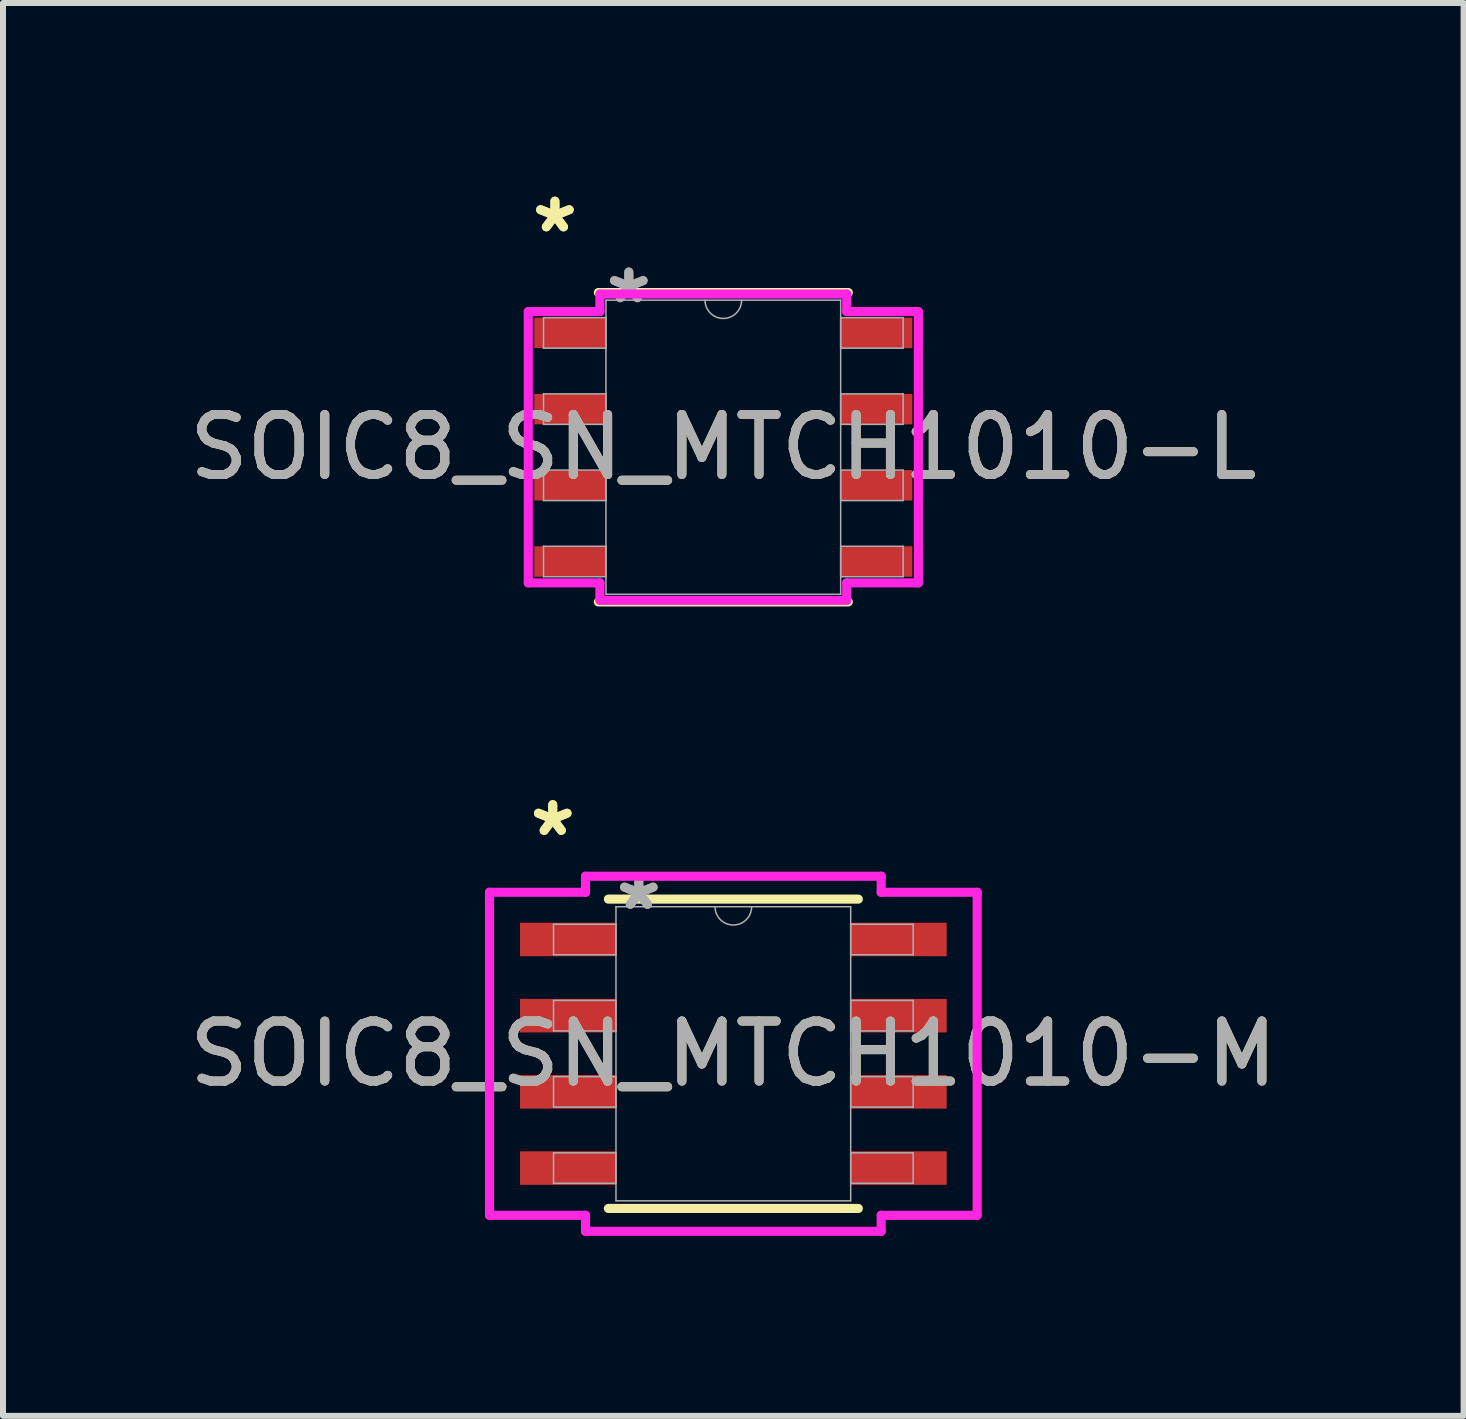
<source format=kicad_pcb>
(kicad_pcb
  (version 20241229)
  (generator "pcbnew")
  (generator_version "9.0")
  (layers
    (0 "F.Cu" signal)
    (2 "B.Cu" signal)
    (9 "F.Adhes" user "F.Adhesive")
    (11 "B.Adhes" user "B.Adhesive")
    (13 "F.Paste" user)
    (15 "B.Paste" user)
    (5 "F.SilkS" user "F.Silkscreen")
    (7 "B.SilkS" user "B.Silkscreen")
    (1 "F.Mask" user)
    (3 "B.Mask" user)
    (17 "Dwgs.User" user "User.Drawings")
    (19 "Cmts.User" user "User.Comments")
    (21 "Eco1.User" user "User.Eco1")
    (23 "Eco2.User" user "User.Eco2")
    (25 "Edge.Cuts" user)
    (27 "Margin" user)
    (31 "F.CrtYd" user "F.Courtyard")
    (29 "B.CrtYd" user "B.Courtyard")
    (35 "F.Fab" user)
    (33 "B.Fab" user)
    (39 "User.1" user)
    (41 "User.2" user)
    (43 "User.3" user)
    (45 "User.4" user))
  (footprint "SOIC8_SN_MTCH1010-L"
    (layer "F.Cu")
    (at 9.006 4.404)
    (property "Reference" "SOIC8_SN_MTCH1010-L" (at 0 0 0) (unlocked yes) (layer "F.SilkS") (effects (font (size 1 1) (thickness 0.15))))
    (attr smd)
    (fp_line (start -2.083 2.578) (end 2.083 2.578) (stroke (width 0.152) (type solid)) (layer "F.SilkS"))
    (fp_line (start 2.083 -2.578) (end -2.083 -2.578) (stroke (width 0.152) (type solid)) (layer "F.SilkS"))
    (fp_line (start -3.251 -2.261) (end -2.057 -2.261) (stroke (width 0.152) (type solid)) (layer "F.CrtYd"))
    (fp_line (start -3.251 2.261) (end -3.251 -2.261) (stroke (width 0.152) (type solid)) (layer "F.CrtYd"))
    (fp_line (start -3.251 2.261) (end -2.057 2.261) (stroke (width 0.152) (type solid)) (layer "F.CrtYd"))
    (fp_line (start -2.057 -2.553) (end 2.057 -2.553) (stroke (width 0.152) (type solid)) (layer "F.CrtYd"))
    (fp_line (start -2.057 -2.261) (end -2.057 -2.553) (stroke (width 0.152) (type solid)) (layer "F.CrtYd"))
    (fp_line (start -2.057 2.553) (end -2.057 2.261) (stroke (width 0.152) (type solid)) (layer "F.CrtYd"))
    (fp_line (start 2.057 -2.553) (end 2.057 -2.261) (stroke (width 0.152) (type solid)) (layer "F.CrtYd"))
    (fp_line (start 2.057 2.261) (end 2.057 2.553) (stroke (width 0.152) (type solid)) (layer "F.CrtYd"))
    (fp_line (start 2.057 2.553) (end -2.057 2.553) (stroke (width 0.152) (type solid)) (layer "F.CrtYd"))
    (fp_line (start 3.251 -2.261) (end 2.057 -2.261) (stroke (width 0.152) (type solid)) (layer "F.CrtYd"))
    (fp_line (start 3.251 -2.261) (end 3.251 2.261) (stroke (width 0.152) (type solid)) (layer "F.CrtYd"))
    (fp_line (start 3.251 2.261) (end 2.057 2.261) (stroke (width 0.152) (type solid)) (layer "F.CrtYd"))
    (fp_line (start -2.997 -2.159) (end -2.997 -1.651) (stroke (width 0.025) (type solid)) (layer "F.Fab"))
    (fp_line (start -2.997 -1.651) (end -1.956 -1.651) (stroke (width 0.025) (type solid)) (layer "F.Fab"))
    (fp_line (start -2.997 -0.889) (end -2.997 -0.381) (stroke (width 0.025) (type solid)) (layer "F.Fab"))
    (fp_line (start -2.997 -0.381) (end -1.956 -0.381) (stroke (width 0.025) (type solid)) (layer "F.Fab"))
    (fp_line (start -2.997 0.381) (end -2.997 0.889) (stroke (width 0.025) (type solid)) (layer "F.Fab"))
    (fp_line (start -2.997 0.889) (end -1.956 0.889) (stroke (width 0.025) (type solid)) (layer "F.Fab"))
    (fp_line (start -2.997 1.651) (end -2.997 2.159) (stroke (width 0.025) (type solid)) (layer "F.Fab"))
    (fp_line (start -2.997 2.159) (end -1.956 2.159) (stroke (width 0.025) (type solid)) (layer "F.Fab"))
    (fp_line (start -1.956 -2.451) (end -1.956 2.451) (stroke (width 0.025) (type solid)) (layer "F.Fab"))
    (fp_line (start -1.956 -2.159) (end -2.997 -2.159) (stroke (width 0.025) (type solid)) (layer "F.Fab"))
    (fp_line (start -1.956 -1.651) (end -1.956 -2.159) (stroke (width 0.025) (type solid)) (layer "F.Fab"))
    (fp_line (start -1.956 -0.889) (end -2.997 -0.889) (stroke (width 0.025) (type solid)) (layer "F.Fab"))
    (fp_line (start -1.956 -0.381) (end -1.956 -0.889) (stroke (width 0.025) (type solid)) (layer "F.Fab"))
    (fp_line (start -1.956 0.381) (end -2.997 0.381) (stroke (width 0.025) (type solid)) (layer "F.Fab"))
    (fp_line (start -1.956 0.889) (end -1.956 0.381) (stroke (width 0.025) (type solid)) (layer "F.Fab"))
    (fp_line (start -1.956 1.651) (end -2.997 1.651) (stroke (width 0.025) (type solid)) (layer "F.Fab"))
    (fp_line (start -1.956 2.159) (end -1.956 1.651) (stroke (width 0.025) (type solid)) (layer "F.Fab"))
    (fp_line (start -1.956 2.451) (end 1.956 2.451) (stroke (width 0.025) (type solid)) (layer "F.Fab"))
    (fp_line (start 1.956 -2.451) (end -1.956 -2.451) (stroke (width 0.025) (type solid)) (layer "F.Fab"))
    (fp_line (start 1.956 -2.159) (end 1.956 -1.651) (stroke (width 0.025) (type solid)) (layer "F.Fab"))
    (fp_line (start 1.956 -1.651) (end 2.997 -1.651) (stroke (width 0.025) (type solid)) (layer "F.Fab"))
    (fp_line (start 1.956 -0.889) (end 1.956 -0.381) (stroke (width 0.025) (type solid)) (layer "F.Fab"))
    (fp_line (start 1.956 -0.381) (end 2.997 -0.381) (stroke (width 0.025) (type solid)) (layer "F.Fab"))
    (fp_line (start 1.956 0.381) (end 1.956 0.889) (stroke (width 0.025) (type solid)) (layer "F.Fab"))
    (fp_line (start 1.956 0.889) (end 2.997 0.889) (stroke (width 0.025) (type solid)) (layer "F.Fab"))
    (fp_line (start 1.956 1.651) (end 1.956 2.159) (stroke (width 0.025) (type solid)) (layer "F.Fab"))
    (fp_line (start 1.956 2.159) (end 2.997 2.159) (stroke (width 0.025) (type solid)) (layer "F.Fab"))
    (fp_line (start 1.956 2.451) (end 1.956 -2.451) (stroke (width 0.025) (type solid)) (layer "F.Fab"))
    (fp_line (start 2.997 -2.159) (end 1.956 -2.159) (stroke (width 0.025) (type solid)) (layer "F.Fab"))
    (fp_line (start 2.997 -1.651) (end 2.997 -2.159) (stroke (width 0.025) (type solid)) (layer "F.Fab"))
    (fp_line (start 2.997 -0.889) (end 1.956 -0.889) (stroke (width 0.025) (type solid)) (layer "F.Fab"))
    (fp_line (start 2.997 -0.381) (end 2.997 -0.889) (stroke (width 0.025) (type solid)) (layer "F.Fab"))
    (fp_line (start 2.997 0.381) (end 1.956 0.381) (stroke (width 0.025) (type solid)) (layer "F.Fab"))
    (fp_line (start 2.997 0.889) (end 2.997 0.381) (stroke (width 0.025) (type solid)) (layer "F.Fab"))
    (fp_line (start 2.997 1.651) (end 1.956 1.651) (stroke (width 0.025) (type solid)) (layer "F.Fab"))
    (fp_line (start 2.997 2.159) (end 2.997 1.651) (stroke (width 0.025) (type solid)) (layer "F.Fab"))
    (fp_arc (start 0.3048 -2.4511) (mid 0 -2.1463) (end -0.3048 -2.4511) (stroke (width 0.0254) (type solid)) (layer "F.Fab"))
    (fp_text user "*" (at -2.807 -3.556 0) (unlocked yes) (layer "F.SilkS") (effects (font (size 1 1) (thickness 0.15))))
    (fp_text user "*" (at -2.807 -3.556 0) (layer "F.SilkS") (effects (font (size 1 1) (thickness 0.15))))
    (fp_text user "*" (at -1.575 -2.375 0) (unlocked yes) (layer "F.Fab") (effects (font (size 1 1) (thickness 0.15))))
    (fp_text user "*" (at -1.575 -2.375 0) (layer "F.Fab") (effects (font (size 1 1) (thickness 0.15))))
    (fp_text user "${REFERENCE}" (at 0 0 0) (unlocked yes) (layer "F.Fab") (effects (font (size 1 1) (thickness 0.15))))
    (pad "1" smd rect (at -2.553 -1.905) (size 1.194 0.508) (layers "F.Cu" "F.Mask" "F.Paste"))
    (pad "2" smd rect (at -2.553 -0.635) (size 1.194 0.508) (layers "F.Cu" "F.Mask" "F.Paste"))
    (pad "3" smd rect (at -2.553 0.635) (size 1.194 0.508) (layers "F.Cu" "F.Mask" "F.Paste"))
    (pad "4" smd rect (at -2.553 1.905) (size 1.194 0.508) (layers "F.Cu" "F.Mask" "F.Paste"))
    (pad "5" smd rect (at 2.553 1.905) (size 1.194 0.508) (layers "F.Cu" "F.Mask" "F.Paste"))
    (pad "6" smd rect (at 2.553 0.635) (size 1.194 0.508) (layers "F.Cu" "F.Mask" "F.Paste"))
    (pad "7" smd rect (at 2.553 -0.635) (size 1.194 0.508) (layers "F.Cu" "F.Mask" "F.Paste"))
    (pad "8" smd rect (at 2.553 -1.905) (size 1.194 0.508) (layers "F.Cu" "F.Mask" "F.Paste")))
  (footprint "SOIC8_SN_MTCH1010-M"
    (layer "F.Cu")
    (at 9.173 14.514)
    (property "Reference" "SOIC8_SN_MTCH1010-M" (at 0 0 0) (unlocked yes) (layer "F.SilkS") (effects (font (size 1 1) (thickness 0.15))))
    (attr smd)
    (fp_line (start -2.083 2.578) (end 2.083 2.578) (stroke (width 0.152) (type solid)) (layer "F.SilkS"))
    (fp_line (start 2.083 -2.578) (end -2.083 -2.578) (stroke (width 0.152) (type solid)) (layer "F.SilkS"))
    (fp_line (start -4.064 -2.692) (end -2.464 -2.692) (stroke (width 0.152) (type solid)) (layer "F.CrtYd"))
    (fp_line (start -4.064 2.692) (end -4.064 -2.692) (stroke (width 0.152) (type solid)) (layer "F.CrtYd"))
    (fp_line (start -4.064 2.692) (end -2.464 2.692) (stroke (width 0.152) (type solid)) (layer "F.CrtYd"))
    (fp_line (start -2.464 -2.959) (end 2.464 -2.959) (stroke (width 0.152) (type solid)) (layer "F.CrtYd"))
    (fp_line (start -2.464 -2.692) (end -2.464 -2.959) (stroke (width 0.152) (type solid)) (layer "F.CrtYd"))
    (fp_line (start -2.464 2.959) (end -2.464 2.692) (stroke (width 0.152) (type solid)) (layer "F.CrtYd"))
    (fp_line (start 2.464 -2.959) (end 2.464 -2.692) (stroke (width 0.152) (type solid)) (layer "F.CrtYd"))
    (fp_line (start 2.464 2.692) (end 2.464 2.959) (stroke (width 0.152) (type solid)) (layer "F.CrtYd"))
    (fp_line (start 2.464 2.959) (end -2.464 2.959) (stroke (width 0.152) (type solid)) (layer "F.CrtYd"))
    (fp_line (start 4.064 -2.692) (end 2.464 -2.692) (stroke (width 0.152) (type solid)) (layer "F.CrtYd"))
    (fp_line (start 4.064 -2.692) (end 4.064 2.692) (stroke (width 0.152) (type solid)) (layer "F.CrtYd"))
    (fp_line (start 4.064 2.692) (end 2.464 2.692) (stroke (width 0.152) (type solid)) (layer "F.CrtYd"))
    (fp_line (start -2.997 -2.159) (end -2.997 -1.651) (stroke (width 0.025) (type solid)) (layer "F.Fab"))
    (fp_line (start -2.997 -1.651) (end -1.956 -1.651) (stroke (width 0.025) (type solid)) (layer "F.Fab"))
    (fp_line (start -2.997 -0.889) (end -2.997 -0.381) (stroke (width 0.025) (type solid)) (layer "F.Fab"))
    (fp_line (start -2.997 -0.381) (end -1.956 -0.381) (stroke (width 0.025) (type solid)) (layer "F.Fab"))
    (fp_line (start -2.997 0.381) (end -2.997 0.889) (stroke (width 0.025) (type solid)) (layer "F.Fab"))
    (fp_line (start -2.997 0.889) (end -1.956 0.889) (stroke (width 0.025) (type solid)) (layer "F.Fab"))
    (fp_line (start -2.997 1.651) (end -2.997 2.159) (stroke (width 0.025) (type solid)) (layer "F.Fab"))
    (fp_line (start -2.997 2.159) (end -1.956 2.159) (stroke (width 0.025) (type solid)) (layer "F.Fab"))
    (fp_line (start -1.956 -2.451) (end -1.956 2.451) (stroke (width 0.025) (type solid)) (layer "F.Fab"))
    (fp_line (start -1.956 -2.159) (end -2.997 -2.159) (stroke (width 0.025) (type solid)) (layer "F.Fab"))
    (fp_line (start -1.956 -1.651) (end -1.956 -2.159) (stroke (width 0.025) (type solid)) (layer "F.Fab"))
    (fp_line (start -1.956 -0.889) (end -2.997 -0.889) (stroke (width 0.025) (type solid)) (layer "F.Fab"))
    (fp_line (start -1.956 -0.381) (end -1.956 -0.889) (stroke (width 0.025) (type solid)) (layer "F.Fab"))
    (fp_line (start -1.956 0.381) (end -2.997 0.381) (stroke (width 0.025) (type solid)) (layer "F.Fab"))
    (fp_line (start -1.956 0.889) (end -1.956 0.381) (stroke (width 0.025) (type solid)) (layer "F.Fab"))
    (fp_line (start -1.956 1.651) (end -2.997 1.651) (stroke (width 0.025) (type solid)) (layer "F.Fab"))
    (fp_line (start -1.956 2.159) (end -1.956 1.651) (stroke (width 0.025) (type solid)) (layer "F.Fab"))
    (fp_line (start -1.956 2.451) (end 1.956 2.451) (stroke (width 0.025) (type solid)) (layer "F.Fab"))
    (fp_line (start 1.956 -2.451) (end -1.956 -2.451) (stroke (width 0.025) (type solid)) (layer "F.Fab"))
    (fp_line (start 1.956 -2.159) (end 1.956 -1.651) (stroke (width 0.025) (type solid)) (layer "F.Fab"))
    (fp_line (start 1.956 -1.651) (end 2.997 -1.651) (stroke (width 0.025) (type solid)) (layer "F.Fab"))
    (fp_line (start 1.956 -0.889) (end 1.956 -0.381) (stroke (width 0.025) (type solid)) (layer "F.Fab"))
    (fp_line (start 1.956 -0.381) (end 2.997 -0.381) (stroke (width 0.025) (type solid)) (layer "F.Fab"))
    (fp_line (start 1.956 0.381) (end 1.956 0.889) (stroke (width 0.025) (type solid)) (layer "F.Fab"))
    (fp_line (start 1.956 0.889) (end 2.997 0.889) (stroke (width 0.025) (type solid)) (layer "F.Fab"))
    (fp_line (start 1.956 1.651) (end 1.956 2.159) (stroke (width 0.025) (type solid)) (layer "F.Fab"))
    (fp_line (start 1.956 2.159) (end 2.997 2.159) (stroke (width 0.025) (type solid)) (layer "F.Fab"))
    (fp_line (start 1.956 2.451) (end 1.956 -2.451) (stroke (width 0.025) (type solid)) (layer "F.Fab"))
    (fp_line (start 2.997 -2.159) (end 1.956 -2.159) (stroke (width 0.025) (type solid)) (layer "F.Fab"))
    (fp_line (start 2.997 -1.651) (end 2.997 -2.159) (stroke (width 0.025) (type solid)) (layer "F.Fab"))
    (fp_line (start 2.997 -0.889) (end 1.956 -0.889) (stroke (width 0.025) (type solid)) (layer "F.Fab"))
    (fp_line (start 2.997 -0.381) (end 2.997 -0.889) (stroke (width 0.025) (type solid)) (layer "F.Fab"))
    (fp_line (start 2.997 0.381) (end 1.956 0.381) (stroke (width 0.025) (type solid)) (layer "F.Fab"))
    (fp_line (start 2.997 0.889) (end 2.997 0.381) (stroke (width 0.025) (type solid)) (layer "F.Fab"))
    (fp_line (start 2.997 1.651) (end 1.956 1.651) (stroke (width 0.025) (type solid)) (layer "F.Fab"))
    (fp_line (start 2.997 2.159) (end 2.997 1.651) (stroke (width 0.025) (type solid)) (layer "F.Fab"))
    (fp_arc (start 0.3048 -2.4511) (mid 0 -2.1463) (end -0.3048 -2.4511) (stroke (width 0.0254) (type solid)) (layer "F.Fab"))
    (fp_text user "*" (at -3.01 -3.607 0) (layer "F.SilkS") (effects (font (size 1 1) (thickness 0.15))))
    (fp_text user "*" (at -3.01 -3.607 0) (unlocked yes) (layer "F.SilkS") (effects (font (size 1 1) (thickness 0.15))))
    (fp_text user "*" (at -1.575 -2.375 0) (unlocked yes) (layer "F.Fab") (effects (font (size 1 1) (thickness 0.15))))
    (fp_text user "${REFERENCE}" (at 0 0 0) (unlocked yes) (layer "F.Fab") (effects (font (size 1 1) (thickness 0.15))))
    (fp_text user "*" (at -1.575 -2.375 0) (layer "F.Fab") (effects (font (size 1 1) (thickness 0.15))))
    (pad "1" smd rect (at -2.756 -1.905) (size 1.6 0.559) (layers "F.Cu" "F.Mask" "F.Paste"))
    (pad "2" smd rect (at -2.756 -0.635) (size 1.6 0.559) (layers "F.Cu" "F.Mask" "F.Paste"))
    (pad "3" smd rect (at -2.756 0.635) (size 1.6 0.559) (layers "F.Cu" "F.Mask" "F.Paste"))
    (pad "4" smd rect (at -2.756 1.905) (size 1.6 0.559) (layers "F.Cu" "F.Mask" "F.Paste"))
    (pad "5" smd rect (at 2.756 1.905) (size 1.6 0.559) (layers "F.Cu" "F.Mask" "F.Paste"))
    (pad "6" smd rect (at 2.756 0.635) (size 1.6 0.559) (layers "F.Cu" "F.Mask" "F.Paste"))
    (pad "7" smd rect (at 2.756 -0.635) (size 1.6 0.559) (layers "F.Cu" "F.Mask" "F.Paste"))
    (pad "8" smd rect (at 2.756 -1.905) (size 1.6 0.559) (layers "F.Cu" "F.Mask" "F.Paste")))
  (gr_rect
    (start -3 -3)
    (end 21.345 20.549)
    (stroke (width 0.1) (type default))
    (fill no)
    (layer "Edge.Cuts")))
</source>
